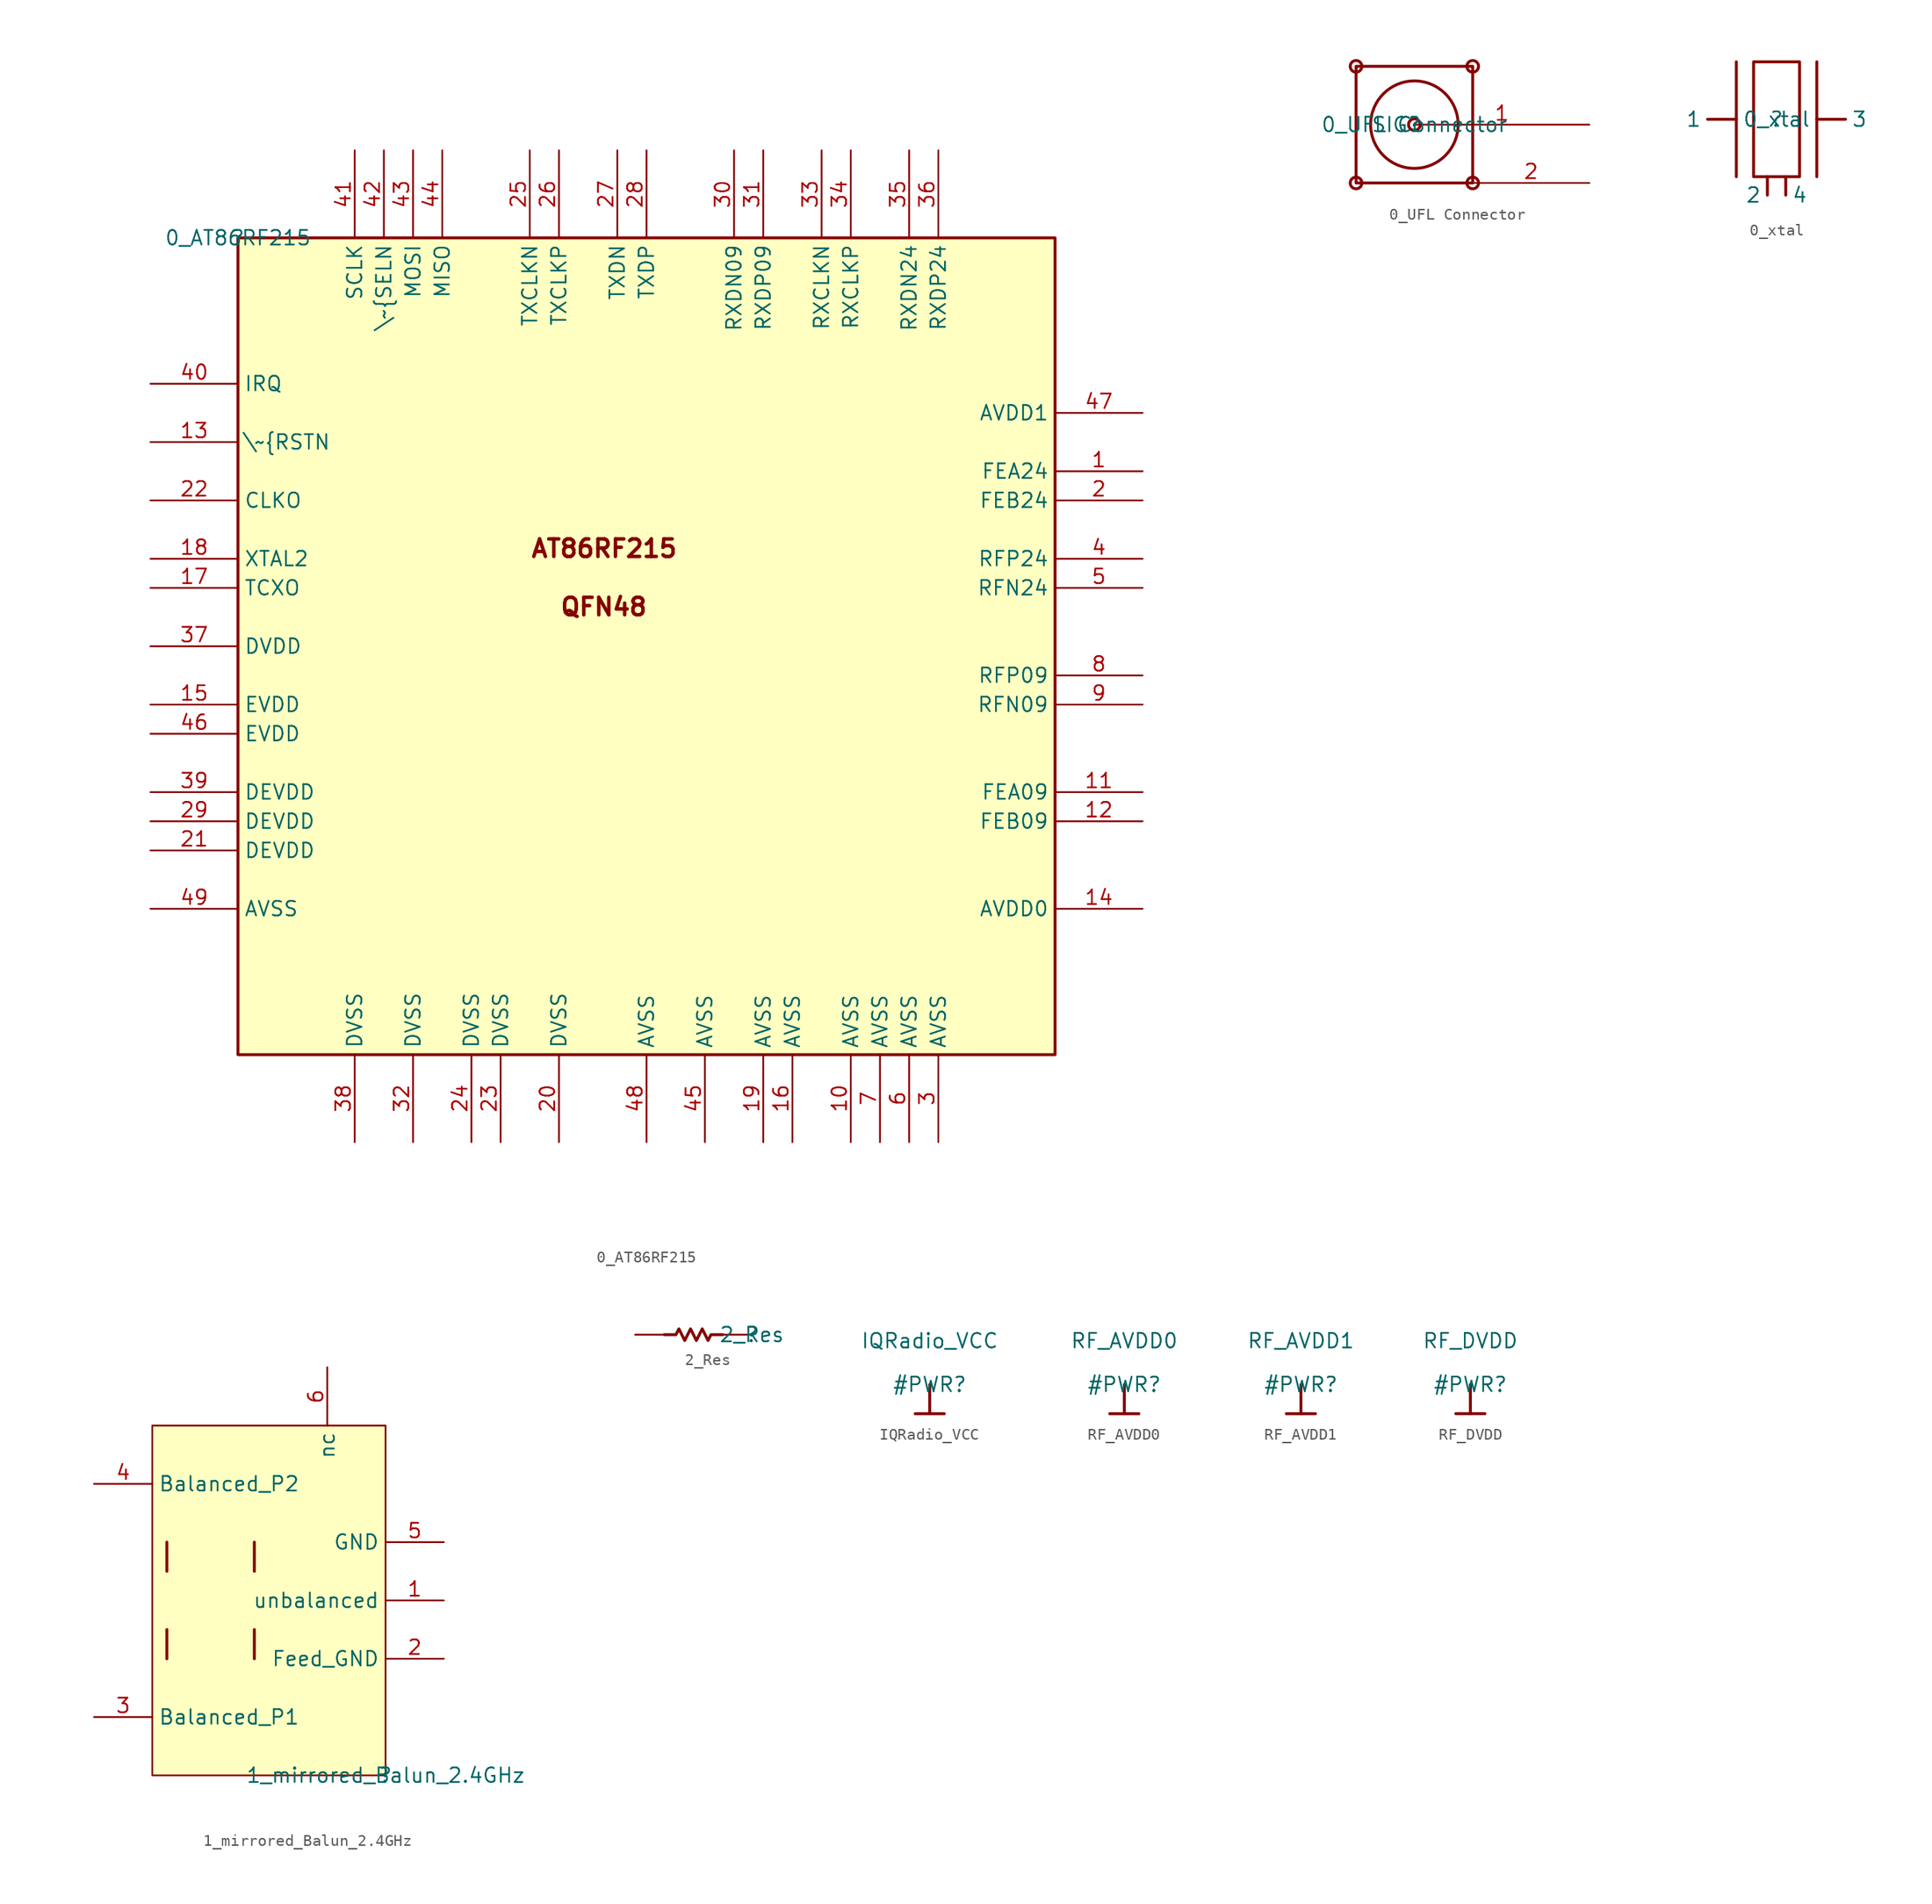
<source format=kicad_sym>
(kicad_symbol_lib
  (version 20211014)
  (generator kicad_symbol_editor)
  (symbol "0_AT86RF215"
    (property "Reference" ""
      (at 0 0 0)
      (effects (font (size 1.27 1.27))))
    (property "Value" "0_AT86RF215"
      (at 0 0 0)
      (effects (font (size 1.27 1.27))))
    (symbol "0_AT86RF215_1_0"
      (rectangle (start 71.12 0) (end 0 -71.12) (stroke (width 0.254) (type default) (color 0 0 0 0)) (fill (type background)))
      (text "AT86RF215" (at 25.4 -27.94 0) (effects (font (size 1.524 1.524) bold) (justify left bottom)))
      (text "QFN48" (at 27.94 -33.02 0) (effects (font (size 1.524 1.524) bold) (justify left bottom)))
      (pin output line (at 78.74 -20.32 180) (length 7.62) (name "FEA24" (effects (font (size 1.27 1.27)))) (number "1" (effects (font (size 1.27 1.27)))))
      (pin power_in line (at 53.34 -78.74 90) (length 7.62) (name "AVSS" (effects (font (size 1.27 1.27)))) (number "10" (effects (font (size 1.27 1.27)))))
      (pin output line (at 78.74 -48.26 180) (length 7.62) (name "FEA09" (effects (font (size 1.27 1.27)))) (number "11" (effects (font (size 1.27 1.27)))))
      (pin output line (at 78.74 -50.8 180) (length 7.62) (name "FEB09" (effects (font (size 1.27 1.27)))) (number "12" (effects (font (size 1.27 1.27)))))
      (pin input line (at -7.62 -17.78 0) (length 7.62) (name "\\~{RSTN" (effects (font (size 1.27 1.27)))) (number "13" (effects (font (size 1.27 1.27)))))
      (pin power_in line (at 78.74 -58.42 180) (length 7.62) (name "AVDD0" (effects (font (size 1.27 1.27)))) (number "14" (effects (font (size 1.27 1.27)))))
      (pin power_in line (at -7.62 -40.64 0) (length 7.62) (name "EVDD" (effects (font (size 1.27 1.27)))) (number "15" (effects (font (size 1.27 1.27)))))
      (pin power_in line (at 48.26 -78.74 90) (length 7.62) (name "AVSS" (effects (font (size 1.27 1.27)))) (number "16" (effects (font (size 1.27 1.27)))))
      (pin input line (at -7.62 -30.48 0) (length 7.62) (name "TCXO" (effects (font (size 1.27 1.27)))) (number "17" (effects (font (size 1.27 1.27)))))
      (pin output line (at -7.62 -27.94 0) (length 7.62) (name "XTAL2" (effects (font (size 1.27 1.27)))) (number "18" (effects (font (size 1.27 1.27)))))
      (pin power_in line (at 45.72 -78.74 90) (length 7.62) (name "AVSS" (effects (font (size 1.27 1.27)))) (number "19" (effects (font (size 1.27 1.27)))))
      (pin output line (at 78.74 -22.86 180) (length 7.62) (name "FEB24" (effects (font (size 1.27 1.27)))) (number "2" (effects (font (size 1.27 1.27)))))
      (pin power_in line (at 27.94 -78.74 90) (length 7.62) (name "DVSS" (effects (font (size 1.27 1.27)))) (number "20" (effects (font (size 1.27 1.27)))))
      (pin power_in line (at -7.62 -53.34 0) (length 7.62) (name "DEVDD" (effects (font (size 1.27 1.27)))) (number "21" (effects (font (size 1.27 1.27)))))
      (pin output line (at -7.62 -22.86 0) (length 7.62) (name "CLKO" (effects (font (size 1.27 1.27)))) (number "22" (effects (font (size 1.27 1.27)))))
      (pin power_in line (at 22.86 -78.74 90) (length 7.62) (name "DVSS" (effects (font (size 1.27 1.27)))) (number "23" (effects (font (size 1.27 1.27)))))
      (pin power_in line (at 20.32 -78.74 90) (length 7.62) (name "DVSS" (effects (font (size 1.27 1.27)))) (number "24" (effects (font (size 1.27 1.27)))))
      (pin input line (at 25.4 7.62 270) (length 7.62) (name "TXCLKN" (effects (font (size 1.27 1.27)))) (number "25" (effects (font (size 1.27 1.27)))))
      (pin input line (at 27.94 7.62 270) (length 7.62) (name "TXCLKP" (effects (font (size 1.27 1.27)))) (number "26" (effects (font (size 1.27 1.27)))))
      (pin input line (at 33.02 7.62 270) (length 7.62) (name "TXDN" (effects (font (size 1.27 1.27)))) (number "27" (effects (font (size 1.27 1.27)))))
      (pin input line (at 35.56 7.62 270) (length 7.62) (name "TXDP" (effects (font (size 1.27 1.27)))) (number "28" (effects (font (size 1.27 1.27)))))
      (pin power_in line (at -7.62 -50.8 0) (length 7.62) (name "DEVDD" (effects (font (size 1.27 1.27)))) (number "29" (effects (font (size 1.27 1.27)))))
      (pin power_in line (at 60.96 -78.74 90) (length 7.62) (name "AVSS" (effects (font (size 1.27 1.27)))) (number "3" (effects (font (size 1.27 1.27)))))
      (pin output line (at 43.18 7.62 270) (length 7.62) (name "RXDN09" (effects (font (size 1.27 1.27)))) (number "30" (effects (font (size 1.27 1.27)))))
      (pin output line (at 45.72 7.62 270) (length 7.62) (name "RXDP09" (effects (font (size 1.27 1.27)))) (number "31" (effects (font (size 1.27 1.27)))))
      (pin power_in line (at 15.24 -78.74 90) (length 7.62) (name "DVSS" (effects (font (size 1.27 1.27)))) (number "32" (effects (font (size 1.27 1.27)))))
      (pin output line (at 50.8 7.62 270) (length 7.62) (name "RXCLKN" (effects (font (size 1.27 1.27)))) (number "33" (effects (font (size 1.27 1.27)))))
      (pin output line (at 53.34 7.62 270) (length 7.62) (name "RXCLKP" (effects (font (size 1.27 1.27)))) (number "34" (effects (font (size 1.27 1.27)))))
      (pin output line (at 58.42 7.62 270) (length 7.62) (name "RXDN24" (effects (font (size 1.27 1.27)))) (number "35" (effects (font (size 1.27 1.27)))))
      (pin bidirectional line (at 60.96 7.62 270) (length 7.62) (name "RXDP24" (effects (font (size 1.27 1.27)))) (number "36" (effects (font (size 1.27 1.27)))))
      (pin power_in line (at -7.62 -35.56 0) (length 7.62) (name "DVDD" (effects (font (size 1.27 1.27)))) (number "37" (effects (font (size 1.27 1.27)))))
      (pin power_in line (at 10.16 -78.74 90) (length 7.62) (name "DVSS" (effects (font (size 1.27 1.27)))) (number "38" (effects (font (size 1.27 1.27)))))
      (pin power_in line (at -7.62 -48.26 0) (length 7.62) (name "DEVDD" (effects (font (size 1.27 1.27)))) (number "39" (effects (font (size 1.27 1.27)))))
      (pin bidirectional line (at 78.74 -27.94 180) (length 7.62) (name "RFP24" (effects (font (size 1.27 1.27)))) (number "4" (effects (font (size 1.27 1.27)))))
      (pin output line (at -7.62 -12.7 0) (length 7.62) (name "IRQ" (effects (font (size 1.27 1.27)))) (number "40" (effects (font (size 1.27 1.27)))))
      (pin input line (at 10.16 7.62 270) (length 7.62) (name "SCLK" (effects (font (size 1.27 1.27)))) (number "41" (effects (font (size 1.27 1.27)))))
      (pin input line (at 12.7 7.62 270) (length 7.62) (name "\\~{SELN" (effects (font (size 1.27 1.27)))) (number "42" (effects (font (size 1.27 1.27)))))
      (pin input line (at 15.24 7.62 270) (length 7.62) (name "MOSI" (effects (font (size 1.27 1.27)))) (number "43" (effects (font (size 1.27 1.27)))))
      (pin output line (at 17.78 7.62 270) (length 7.62) (name "MISO" (effects (font (size 1.27 1.27)))) (number "44" (effects (font (size 1.27 1.27)))))
      (pin power_in line (at 40.64 -78.74 90) (length 7.62) (name "AVSS" (effects (font (size 1.27 1.27)))) (number "45" (effects (font (size 1.27 1.27)))))
      (pin power_in line (at -7.62 -43.18 0) (length 7.62) (name "EVDD" (effects (font (size 1.27 1.27)))) (number "46" (effects (font (size 1.27 1.27)))))
      (pin power_in line (at 78.74 -15.24 180) (length 7.62) (name "AVDD1" (effects (font (size 1.27 1.27)))) (number "47" (effects (font (size 1.27 1.27)))))
      (pin power_in line (at 35.56 -78.74 90) (length 7.62) (name "AVSS" (effects (font (size 1.27 1.27)))) (number "48" (effects (font (size 1.27 1.27)))))
      (pin power_in line (at -7.62 -58.42 0) (length 7.62) (name "AVSS" (effects (font (size 1.27 1.27)))) (number "49" (effects (font (size 1.27 1.27)))))
      (pin bidirectional line (at 78.74 -30.48 180) (length 7.62) (name "RFN24" (effects (font (size 1.27 1.27)))) (number "5" (effects (font (size 1.27 1.27)))))
      (pin power_in line (at 58.42 -78.74 90) (length 7.62) (name "AVSS" (effects (font (size 1.27 1.27)))) (number "6" (effects (font (size 1.27 1.27)))))
      (pin power_in line (at 55.88 -78.74 90) (length 7.62) (name "AVSS" (effects (font (size 1.27 1.27)))) (number "7" (effects (font (size 1.27 1.27)))))
      (pin bidirectional line (at 78.74 -38.1 180) (length 7.62) (name "RFP09" (effects (font (size 1.27 1.27)))) (number "8" (effects (font (size 1.27 1.27)))))
      (pin bidirectional line (at 78.74 -40.64 180) (length 7.62) (name "RFN09" (effects (font (size 1.27 1.27)))) (number "9" (effects (font (size 1.27 1.27)))))))
  (symbol "0_UFL Connector"
    (property "Reference" ""
      (at 0 0 0)
      (effects (font (size 1.27 1.27))))
    (property "Value" "0_UFL Connector"
      (at 0 0 0)
      (effects (font (size 1.27 1.27))))
    (symbol "0_UFL Connector_1_0"
      (circle (center -5.08 -5.08) (radius 0.508) (stroke (width 0.254) (type default) (color 0 0 0 0)) (fill (type none)))
      (circle (center -5.08 5.08) (radius 0.508) (stroke (width 0.254) (type default) (color 0 0 0 0)) (fill (type none)))
      (polyline (pts (xy 5.08 -5.08) (xy 5.08 5.08) (xy -5.08 5.08) (xy -5.08 -5.08) (xy 5.08 -5.08)) (stroke (width 0.254) (type default) (color 0 0 0 0)) (fill (type none)))
      (circle (center 0 0) (radius 0.508) (stroke (width 0.254) (type default) (color 0 0 0 0)) (fill (type none)))
      (circle (center 0 0) (radius 3.81) (stroke (width 0.254) (type default) (color 0 0 0 0)) (fill (type none)))
      (circle (center 5.08 -5.08) (radius 0.508) (stroke (width 0.254) (type default) (color 0 0 0 0)) (fill (type none)))
      (circle (center 5.08 5.08) (radius 0.508) (stroke (width 0.254) (type default) (color 0 0 0 0)) (fill (type none)))
      (pin passive line (at 15.24 0 180) (length 15.24) (name "SIG" (effects (font (size 1.27 1.27)))) (number "1" (effects (font (size 1.27 1.27)))))
      (pin passive line (at 15.24 -5.08 180) (length 10.16) (name "GND" (effects (font (size 0 0)))) (number "2" (effects (font (size 1.27 1.27)))))))
  (symbol "0_xtal"
    (property "Reference" ""
      (at 0 0 0)
      (effects (font (size 1.27 1.27))))
    (property "Value" "0_xtal"
      (at 0 0 0)
      (effects (font (size 1.27 1.27))))
    (symbol "0_xtal_1_0"
      (polyline (pts (xy -6 0) (xy -3.5 0)) (stroke (width 0.254) (type default) (color 0 0 0 0)) (fill (type none)))
      (polyline (pts (xy -3.5 5) (xy -3.5 -5)) (stroke (width 0.254) (type default) (color 0 0 0 0)) (fill (type none)))
      (polyline (pts (xy -0.8 -6.6) (xy -0.8 -5)) (stroke (width 0.254) (type default) (color 0 0 0 0)) (fill (type none)))
      (polyline (pts (xy 0.8 -6.6) (xy 0.8 -5)) (stroke (width 0.254) (type default) (color 0 0 0 0)) (fill (type none)))
      (polyline (pts (xy 3.5 5) (xy 3.5 -5)) (stroke (width 0.254) (type default) (color 0 0 0 0)) (fill (type none)))
      (polyline (pts (xy 6 0) (xy 3.5 0)) (stroke (width 0.254) (type default) (color 0 0 0 0)) (fill (type none)))
      (polyline (pts (xy 2 -5) (xy 2 5) (xy -2 5) (xy -2 -5) (xy 2 -5)) (stroke (width 0.254) (type default) (color 0 0 0 0)) (fill (type none)))
      (pin passive line (at -6 0 180) (length 0) (name "1" (effects (font (size 1.27 1.27)))) (number "1" (effects (font (size 0 0)))))
      (pin passive line (at -0.8 -6.6 180) (length 0) (name "2" (effects (font (size 1.27 1.27)))) (number "2" (effects (font (size 0 0)))))
      (pin passive line (at 6 0 0) (length 0) (name "3" (effects (font (size 1.27 1.27)))) (number "3" (effects (font (size 0 0)))))
      (pin passive line (at 0.8 -6.6 0) (length 0) (name "4" (effects (font (size 1.27 1.27)))) (number "4" (effects (font (size 0 0)))))))
  (symbol "1_mirrored_Balun_2.4GHz"
    (property "Reference" ""
      (at 0 0 0)
      (effects (font (size 1.27 1.27))))
    (property "Value" "1_mirrored_Balun_2.4GHz"
      (at 0 0 0)
      (effects (font (size 1.27 1.27))))
    (symbol "1_mirrored_Balun_2.4GHz_1_0"
      (polyline (pts (xy -19.05 10.16) (xy -19.05 12.7)) (stroke (width 0.254) (type default) (color 0 0 0 0)) (fill (type none)))
      (polyline (pts (xy -19.05 17.78) (xy -19.05 20.32)) (stroke (width 0.254) (type default) (color 0 0 0 0)) (fill (type none)))
      (polyline (pts (xy -11.43 10.16) (xy -11.43 12.7)) (stroke (width 0.254) (type default) (color 0 0 0 0)) (fill (type none)))
      (polyline (pts (xy -11.43 17.78) (xy -11.43 20.32)) (stroke (width 0.254) (type default) (color 0 0 0 0)) (fill (type none)))
      (rectangle (start 0 30.48) (end -20.32 0) (stroke (width 0) (type default) (color 0 0 0 0)) (fill (type background)))
      (pin passive line (at 5.08 15.24 180) (length 5.08) (name "unbalanced" (effects (font (size 1.27 1.27)))) (number "1" (effects (font (size 1.27 1.27)))))
      (pin power_in line (at 5.08 10.16 180) (length 5.08) (name "Feed_GND" (effects (font (size 1.27 1.27)))) (number "2" (effects (font (size 1.27 1.27)))))
      (pin passive line (at -25.4 5.08 0) (length 5.08) (name "Balanced_P1" (effects (font (size 1.27 1.27)))) (number "3" (effects (font (size 1.27 1.27)))))
      (pin passive line (at -25.4 25.4 0) (length 5.08) (name "Balanced_P2" (effects (font (size 1.27 1.27)))) (number "4" (effects (font (size 1.27 1.27)))))
      (pin power_in line (at 5.08 20.32 180) (length 5.08) (name "GND" (effects (font (size 1.27 1.27)))) (number "5" (effects (font (size 1.27 1.27)))))
      (pin passive line (at -5.08 35.56 270) (length 5.08) (name "nc" (effects (font (size 1.27 1.27)))) (number "6" (effects (font (size 1.27 1.27)))))))
  (symbol "2_Res"
    (property "Reference" ""
      (at 0 0 0)
      (effects (font (size 1.27 1.27))))
    (property "Value" "2_Res"
      (at 0 0 0)
      (effects (font (size 1.27 1.27))))
    (symbol "2_Res_1_0"
      (polyline (pts (xy -7.62 0) (xy -6.604 0) (xy -6.35 0.508) (xy -5.842 -0.508) (xy -5.334 0.508) (xy -4.826 -0.508) (xy -4.318 0.508) (xy -3.81 -0.508) (xy -3.556 0) (xy -2.54 0)) (stroke (width 0.254) (type default) (color 0 0 0 0)) (fill (type none)))
      (pin passive line (at 0 0 180) (length 2.54) (name "1" (effects (font (size 0 0)))) (number "1" (effects (font (size 0 0)))))
      (pin passive line (at -10.16 0 0) (length 2.54) (name "2" (effects (font (size 0 0)))) (number "2" (effects (font (size 0 0)))))))
  (symbol "IQRadio_VCC"
    (power)
    (property "Reference" "#PWR"
      (at 0 0 0)
      (effects (font (size 1.27 1.27))))
    (property "Value" "IQRadio_VCC"
      (at 0 3.81 0)
      (effects (font (size 1.27 1.27))))
    (symbol "IQRadio_VCC_0_0"
      (polyline (pts (xy -1.27 -2.54) (xy 1.27 -2.54)) (stroke (width 0.254) (type default) (color 0 0 0 0)) (fill (type none)))
      (polyline (pts (xy 0 0) (xy 0 -2.54)) (stroke (width 0.254) (type default) (color 0 0 0 0)) (fill (type none)))
      (pin power_in line (at 0 0 0) (length 0) hide (name "IQRadio_VCC" (effects (font (size 1.27 1.27)))) (number "" (effects (font (size 1.27 1.27)))))))
  (symbol "RF_AVDD0"
    (power)
    (property "Reference" "#PWR"
      (at 0 0 0)
      (effects (font (size 1.27 1.27))))
    (property "Value" "RF_AVDD0"
      (at 0 3.81 0)
      (effects (font (size 1.27 1.27))))
    (symbol "RF_AVDD0_0_0"
      (polyline (pts (xy -1.27 -2.54) (xy 1.27 -2.54)) (stroke (width 0.254) (type default) (color 0 0 0 0)) (fill (type none)))
      (polyline (pts (xy 0 0) (xy 0 -2.54)) (stroke (width 0.254) (type default) (color 0 0 0 0)) (fill (type none)))
      (pin power_in line (at 0 0 0) (length 0) hide (name "RF_AVDD0" (effects (font (size 1.27 1.27)))) (number "" (effects (font (size 1.27 1.27)))))))
  (symbol "RF_AVDD1"
    (power)
    (property "Reference" "#PWR"
      (at 0 0 0)
      (effects (font (size 1.27 1.27))))
    (property "Value" "RF_AVDD1"
      (at 0 3.81 0)
      (effects (font (size 1.27 1.27))))
    (symbol "RF_AVDD1_0_0"
      (polyline (pts (xy -1.27 -2.54) (xy 1.27 -2.54)) (stroke (width 0.254) (type default) (color 0 0 0 0)) (fill (type none)))
      (polyline (pts (xy 0 0) (xy 0 -2.54)) (stroke (width 0.254) (type default) (color 0 0 0 0)) (fill (type none)))
      (pin power_in line (at 0 0 0) (length 0) hide (name "RF_AVDD1" (effects (font (size 1.27 1.27)))) (number "" (effects (font (size 1.27 1.27)))))))
  (symbol "RF_DVDD"
    (power)
    (property "Reference" "#PWR"
      (at 0 0 0)
      (effects (font (size 1.27 1.27))))
    (property "Value" "RF_DVDD"
      (at 0 3.81 0)
      (effects (font (size 1.27 1.27))))
    (symbol "RF_DVDD_0_0"
      (polyline (pts (xy -1.27 -2.54) (xy 1.27 -2.54)) (stroke (width 0.254) (type default) (color 0 0 0 0)) (fill (type none)))
      (polyline (pts (xy 0 0) (xy 0 -2.54)) (stroke (width 0.254) (type default) (color 0 0 0 0)) (fill (type none)))
      (pin power_in line (at 0 0 0) (length 0) hide (name "RF_DVDD" (effects (font (size 1.27 1.27)))) (number "" (effects (font (size 1.27 1.27))))))))
</source>
